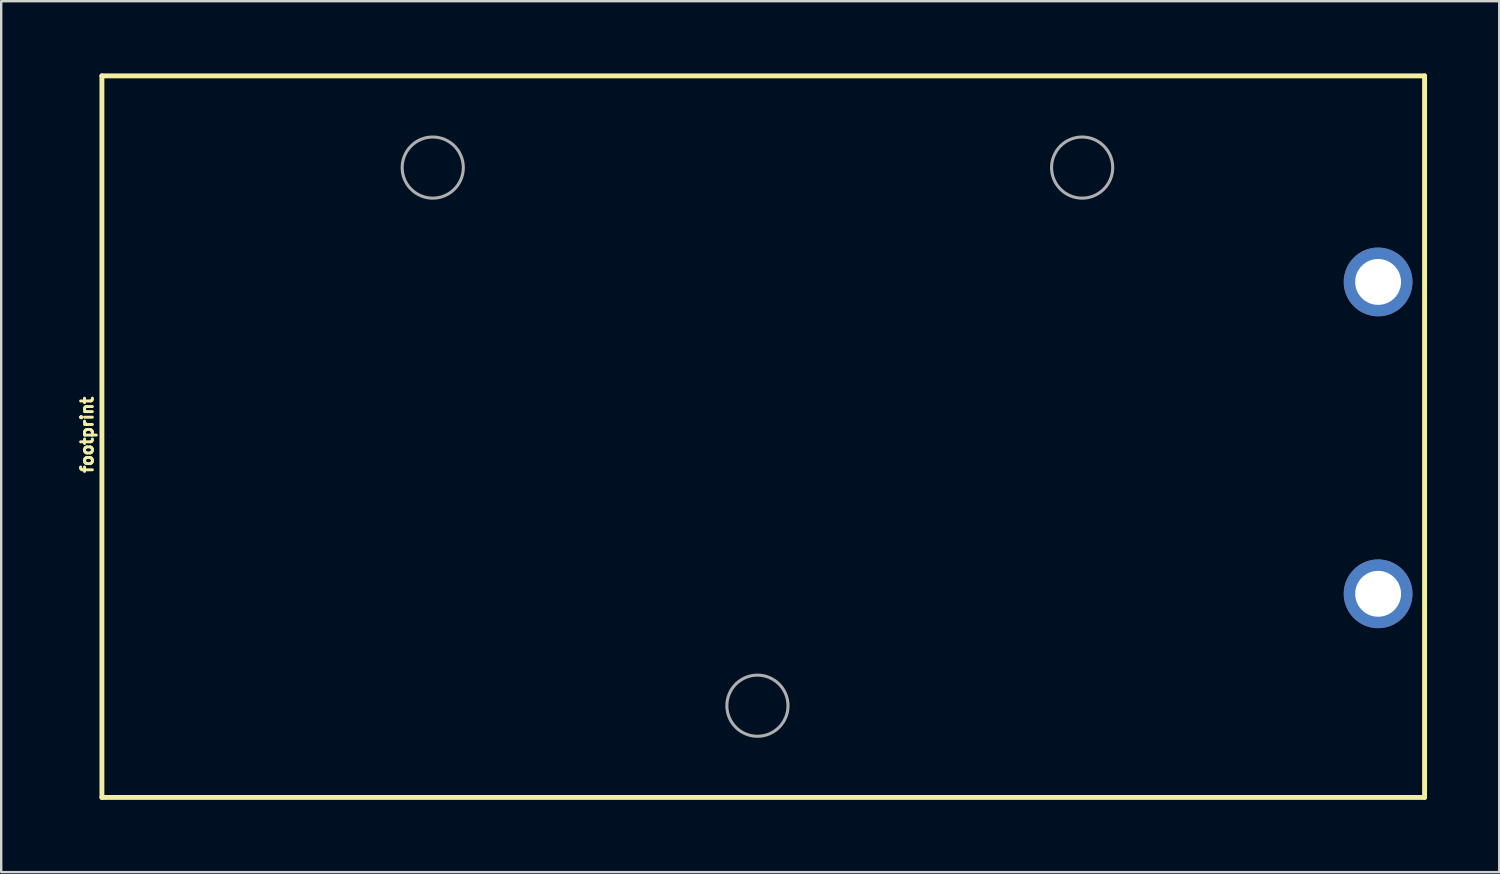
<source format=kicad_pcb>
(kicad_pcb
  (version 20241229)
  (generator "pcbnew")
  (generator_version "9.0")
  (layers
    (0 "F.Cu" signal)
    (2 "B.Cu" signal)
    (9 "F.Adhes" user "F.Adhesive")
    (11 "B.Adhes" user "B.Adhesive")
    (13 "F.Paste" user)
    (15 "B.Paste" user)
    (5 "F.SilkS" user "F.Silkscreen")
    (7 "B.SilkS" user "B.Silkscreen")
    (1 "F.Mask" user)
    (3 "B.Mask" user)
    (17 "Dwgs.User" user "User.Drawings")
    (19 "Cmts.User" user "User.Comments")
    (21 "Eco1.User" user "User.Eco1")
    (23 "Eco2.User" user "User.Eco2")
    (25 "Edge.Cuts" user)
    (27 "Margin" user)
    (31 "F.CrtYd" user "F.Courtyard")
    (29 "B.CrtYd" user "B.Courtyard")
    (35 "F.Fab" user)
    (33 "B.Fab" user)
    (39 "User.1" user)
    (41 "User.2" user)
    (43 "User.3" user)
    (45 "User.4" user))
  (footprint "footprint"
    (layer "F.Cu")
    (at 54.193 8.661)
    (property "Reference" "footprint" (at -53.34 6.35 90) (layer "F.SilkS") (effects (font (size 0.488 0.488) (thickness 0.122)) (justify bottom)))
    (fp_line (start -53.01 -8.56) (end 1.93 -8.56) (stroke (width 0.203) (type solid)) (layer "F.SilkS"))
    (fp_line (start -53.01 21.412) (end -53.01 -8.56) (stroke (width 0.203) (type solid)) (layer "F.SilkS"))
    (fp_line (start 1.93 -8.56) (end 1.93 21.412) (stroke (width 0.203) (type solid)) (layer "F.SilkS"))
    (fp_line (start 1.93 21.412) (end -53.01 21.412) (stroke (width 0.203) (type solid)) (layer "F.SilkS"))
    (fp_circle (center -39.268 -4.75) (end -37.998 -4.75) (stroke (width 0.127) (type solid)) (fill no) (layer "F.Fab"))
    (fp_circle (center -25.781 17.602) (end -24.511 17.602) (stroke (width 0.127) (type solid)) (fill no) (layer "F.Fab"))
    (fp_circle (center -12.294 -4.75) (end -11.024 -4.75) (stroke (width 0.127) (type solid)) (fill no) (layer "F.Fab"))
    (pad "+" thru_hole circle (at 0 0) (size 2.857 2.857) (drill 1.905) (layers "*.Cu" "*.Mask"))
    (pad "-" thru_hole circle (at 0 12.954) (size 2.857 2.857) (drill 1.905) (layers "*.Cu" "*.Mask")))
  (gr_rect
    (start -3 -3)
    (end 59.225 33.175)
    (stroke (width 0.1) (type default))
    (fill no)
    (layer "Edge.Cuts")))
</source>
